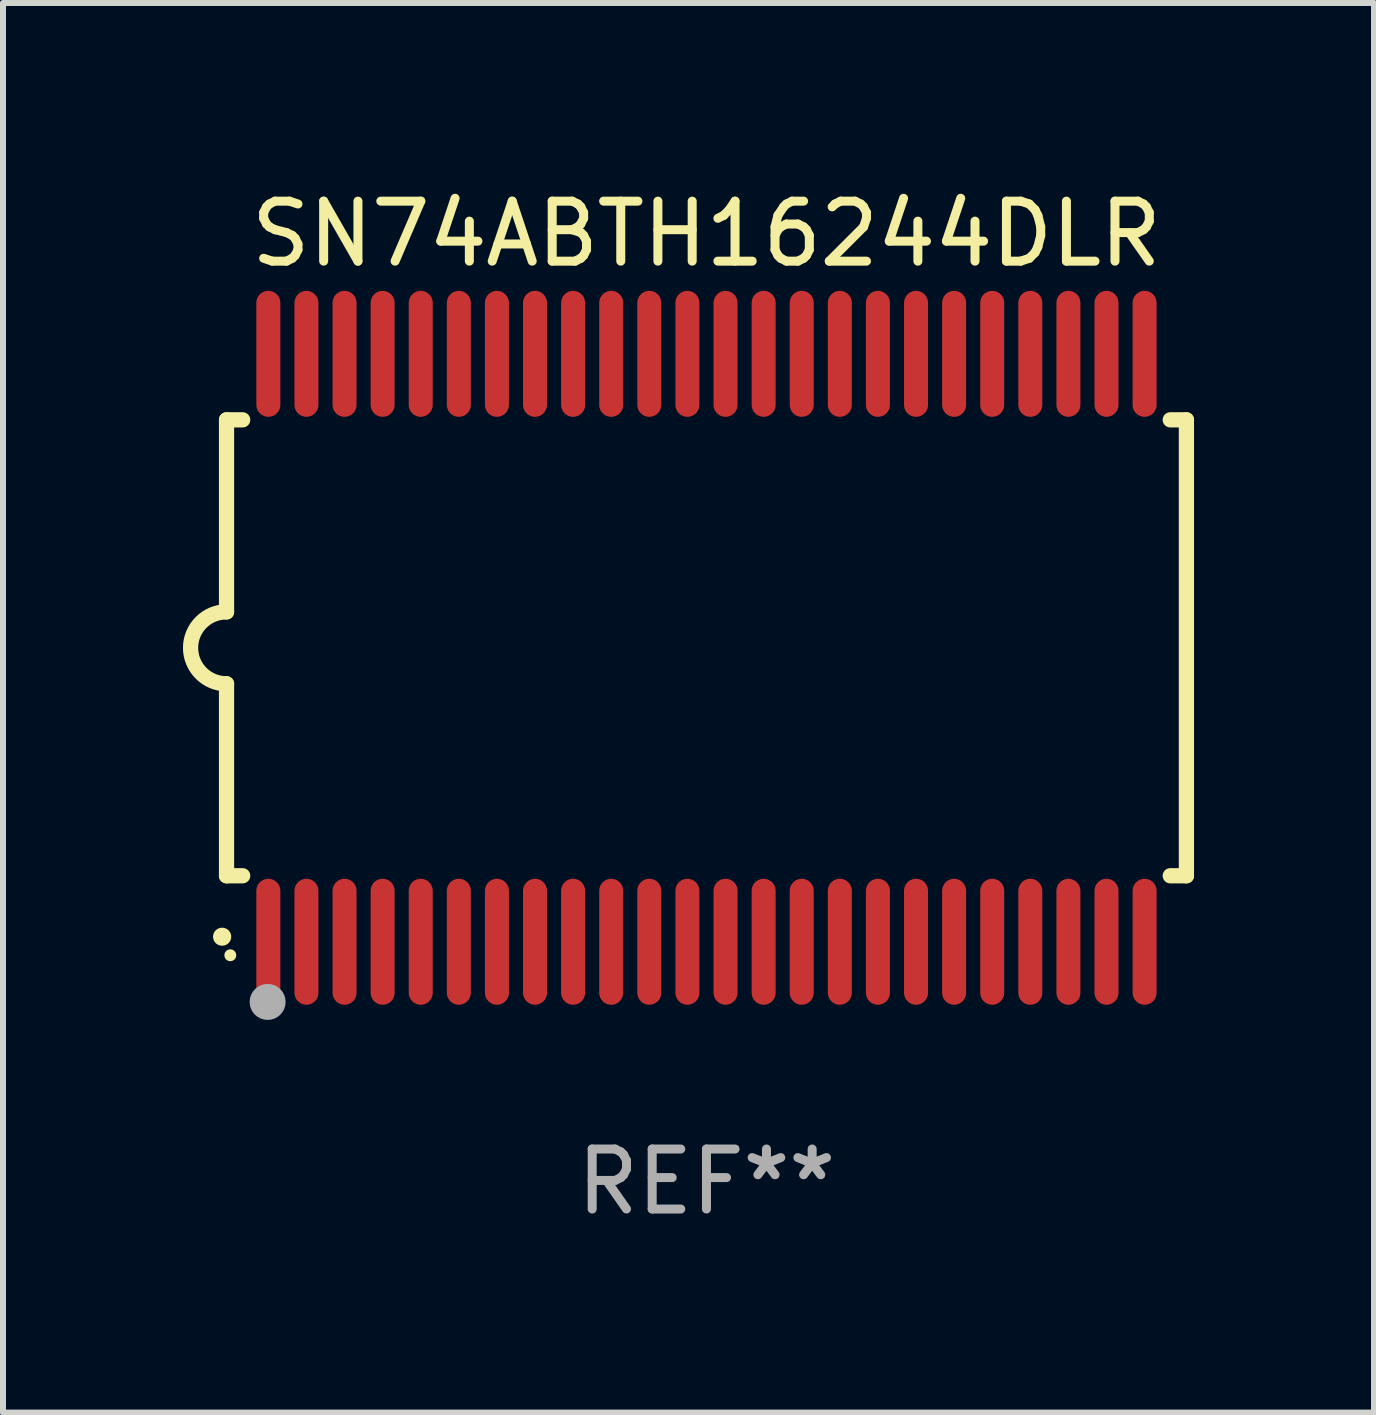
<source format=kicad_pcb>
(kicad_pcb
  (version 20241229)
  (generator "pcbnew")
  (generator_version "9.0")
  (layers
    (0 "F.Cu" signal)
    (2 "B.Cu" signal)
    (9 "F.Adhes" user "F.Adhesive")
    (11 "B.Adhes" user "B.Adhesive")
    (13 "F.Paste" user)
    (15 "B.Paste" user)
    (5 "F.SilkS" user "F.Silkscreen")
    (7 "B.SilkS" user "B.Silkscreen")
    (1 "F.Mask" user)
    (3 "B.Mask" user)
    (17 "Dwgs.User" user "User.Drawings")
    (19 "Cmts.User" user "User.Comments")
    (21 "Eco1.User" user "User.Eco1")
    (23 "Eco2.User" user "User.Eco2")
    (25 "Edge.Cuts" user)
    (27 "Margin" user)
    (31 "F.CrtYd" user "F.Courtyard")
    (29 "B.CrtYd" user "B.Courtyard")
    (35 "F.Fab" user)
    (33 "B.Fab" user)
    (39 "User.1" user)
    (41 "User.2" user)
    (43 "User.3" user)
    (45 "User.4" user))
  (footprint "SN74ABTH16244DLR"
    (layer "F.Cu")
    (at 8.726 7.748)
    (property "Reference" "SN74ABTH16244DLR" (at 0 -6.9 0) (layer "F.SilkS") (effects (font (size 1 1) (thickness 0.15))))
    (attr through_hole)
    (fp_line (start -8 -3.8) (end -8 -0.599) (stroke (width 0.254) (type solid)) (layer "F.SilkS"))
    (fp_line (start -8 -3.8) (end -7.731 -3.8) (stroke (width 0.254) (type solid)) (layer "F.SilkS"))
    (fp_line (start -8 3.8) (end -8 0.599) (stroke (width 0.254) (type solid)) (layer "F.SilkS"))
    (fp_line (start -7.731 3.8) (end -8 3.8) (stroke (width 0.254) (type solid)) (layer "F.SilkS"))
    (fp_line (start 7.731 -3.8) (end 8 -3.8) (stroke (width 0.254) (type solid)) (layer "F.SilkS"))
    (fp_line (start 8 -3.8) (end 8 3.8) (stroke (width 0.254) (type solid)) (layer "F.SilkS"))
    (fp_line (start 8 3.8) (end 7.731 3.8) (stroke (width 0.254) (type solid)) (layer "F.SilkS"))
    (fp_arc (start -8.074676 4.81585) (mid -8.073406 4.815845) (end -8.072136 4.81585) (stroke (width 0.3) (type solid)) (layer "F.SilkS"))
    (fp_arc (start -8.000025 0.6) (mid -8.598908 0.00056) (end -8.000027 -0.598882) (stroke (width 0.254001) (type solid)) (layer "F.SilkS"))
    (fp_circle (center -7.937 5.125) (end -7.887 5.125) (stroke (width 0.1) (type solid)) (fill no) (layer "F.SilkS"))
    (fp_circle (center -7.315 5.903) (end -7.165 5.903) (stroke (width 0.3) (type solid)) (fill no) (layer "F.Fab"))
    (fp_text user "REF**" (at 0 8.9 0) (layer "F.Fab") (effects (font (size 1 1) (thickness 0.15))))
    (pad "1" smd oval (at -7.303 4.9) (size 0.4 2.1) (layers "F.Cu" "F.Mask" "F.Paste"))
    (pad "2" smd oval (at -6.668 4.9) (size 0.4 2.1) (layers "F.Cu" "F.Mask" "F.Paste"))
    (pad "3" smd oval (at -6.033 4.9) (size 0.4 2.1) (layers "F.Cu" "F.Mask" "F.Paste"))
    (pad "4" smd oval (at -5.398 4.9) (size 0.4 2.1) (layers "F.Cu" "F.Mask" "F.Paste"))
    (pad "5" smd oval (at -4.763 4.9) (size 0.4 2.1) (layers "F.Cu" "F.Mask" "F.Paste"))
    (pad "6" smd oval (at -4.128 4.9) (size 0.4 2.1) (layers "F.Cu" "F.Mask" "F.Paste"))
    (pad "7" smd oval (at -3.493 4.9) (size 0.4 2.1) (layers "F.Cu" "F.Mask" "F.Paste"))
    (pad "8" smd oval (at -2.858 4.9) (size 0.4 2.1) (layers "F.Cu" "F.Mask" "F.Paste"))
    (pad "9" smd oval (at -2.223 4.9) (size 0.4 2.1) (layers "F.Cu" "F.Mask" "F.Paste"))
    (pad "10" smd oval (at -1.588 4.9) (size 0.4 2.1) (layers "F.Cu" "F.Mask" "F.Paste"))
    (pad "11" smd oval (at -0.953 4.9) (size 0.4 2.1) (layers "F.Cu" "F.Mask" "F.Paste"))
    (pad "12" smd oval (at -0.318 4.9) (size 0.4 2.1) (layers "F.Cu" "F.Mask" "F.Paste"))
    (pad "13" smd oval (at 0.318 4.9) (size 0.4 2.1) (layers "F.Cu" "F.Mask" "F.Paste"))
    (pad "14" smd oval (at 0.953 4.9) (size 0.4 2.1) (layers "F.Cu" "F.Mask" "F.Paste"))
    (pad "15" smd oval (at 1.588 4.9) (size 0.4 2.1) (layers "F.Cu" "F.Mask" "F.Paste"))
    (pad "16" smd oval (at 2.223 4.9) (size 0.4 2.1) (layers "F.Cu" "F.Mask" "F.Paste"))
    (pad "17" smd oval (at 2.858 4.9) (size 0.4 2.1) (layers "F.Cu" "F.Mask" "F.Paste"))
    (pad "18" smd oval (at 3.493 4.9) (size 0.4 2.1) (layers "F.Cu" "F.Mask" "F.Paste"))
    (pad "19" smd oval (at 4.128 4.9) (size 0.4 2.1) (layers "F.Cu" "F.Mask" "F.Paste"))
    (pad "20" smd oval (at 4.763 4.9) (size 0.4 2.1) (layers "F.Cu" "F.Mask" "F.Paste"))
    (pad "21" smd oval (at 5.398 4.9) (size 0.4 2.1) (layers "F.Cu" "F.Mask" "F.Paste"))
    (pad "22" smd oval (at 6.033 4.9) (size 0.4 2.1) (layers "F.Cu" "F.Mask" "F.Paste"))
    (pad "23" smd oval (at 6.668 4.9) (size 0.4 2.1) (layers "F.Cu" "F.Mask" "F.Paste"))
    (pad "24" smd oval (at 7.303 4.9) (size 0.4 2.1) (layers "F.Cu" "F.Mask" "F.Paste"))
    (pad "25" smd oval (at 7.303 -4.9 180) (size 0.4 2.1) (layers "F.Cu" "F.Mask" "F.Paste"))
    (pad "26" smd oval (at 6.668 -4.9 180) (size 0.4 2.1) (layers "F.Cu" "F.Mask" "F.Paste"))
    (pad "27" smd oval (at 6.033 -4.9 180) (size 0.4 2.1) (layers "F.Cu" "F.Mask" "F.Paste"))
    (pad "28" smd oval (at 5.398 -4.9 180) (size 0.4 2.1) (layers "F.Cu" "F.Mask" "F.Paste"))
    (pad "29" smd oval (at 4.763 -4.9 180) (size 0.4 2.1) (layers "F.Cu" "F.Mask" "F.Paste"))
    (pad "30" smd oval (at 4.128 -4.9 180) (size 0.4 2.1) (layers "F.Cu" "F.Mask" "F.Paste"))
    (pad "31" smd oval (at 3.493 -4.9 180) (size 0.4 2.1) (layers "F.Cu" "F.Mask" "F.Paste"))
    (pad "32" smd oval (at 2.858 -4.9 180) (size 0.4 2.1) (layers "F.Cu" "F.Mask" "F.Paste"))
    (pad "33" smd oval (at 2.223 -4.9 180) (size 0.4 2.1) (layers "F.Cu" "F.Mask" "F.Paste"))
    (pad "34" smd oval (at 1.588 -4.9 180) (size 0.4 2.1) (layers "F.Cu" "F.Mask" "F.Paste"))
    (pad "35" smd oval (at 0.953 -4.9 180) (size 0.4 2.1) (layers "F.Cu" "F.Mask" "F.Paste"))
    (pad "36" smd oval (at 0.318 -4.9 180) (size 0.4 2.1) (layers "F.Cu" "F.Mask" "F.Paste"))
    (pad "37" smd oval (at -0.318 -4.9 180) (size 0.4 2.1) (layers "F.Cu" "F.Mask" "F.Paste"))
    (pad "38" smd oval (at -0.953 -4.9 180) (size 0.4 2.1) (layers "F.Cu" "F.Mask" "F.Paste"))
    (pad "39" smd oval (at -1.588 -4.9 180) (size 0.4 2.1) (layers "F.Cu" "F.Mask" "F.Paste"))
    (pad "40" smd oval (at -2.223 -4.9 180) (size 0.4 2.1) (layers "F.Cu" "F.Mask" "F.Paste"))
    (pad "41" smd oval (at -2.858 -4.9 180) (size 0.4 2.1) (layers "F.Cu" "F.Mask" "F.Paste"))
    (pad "42" smd oval (at -3.493 -4.9 180) (size 0.4 2.1) (layers "F.Cu" "F.Mask" "F.Paste"))
    (pad "43" smd oval (at -4.128 -4.9 180) (size 0.4 2.1) (layers "F.Cu" "F.Mask" "F.Paste"))
    (pad "44" smd oval (at -4.763 -4.9 180) (size 0.4 2.1) (layers "F.Cu" "F.Mask" "F.Paste"))
    (pad "45" smd oval (at -5.398 -4.9 180) (size 0.4 2.1) (layers "F.Cu" "F.Mask" "F.Paste"))
    (pad "46" smd oval (at -6.033 -4.9 180) (size 0.4 2.1) (layers "F.Cu" "F.Mask" "F.Paste"))
    (pad "47" smd oval (at -6.668 -4.9 180) (size 0.4 2.1) (layers "F.Cu" "F.Mask" "F.Paste"))
    (pad "48" smd oval (at -7.303 -4.9 180) (size 0.4 2.1) (layers "F.Cu" "F.Mask" "F.Paste")))
  (gr_rect
    (start -3 -3)
    (end 19.853 20.496)
    (stroke (width 0.1) (type default))
    (fill no)
    (layer "Edge.Cuts")))
</source>
